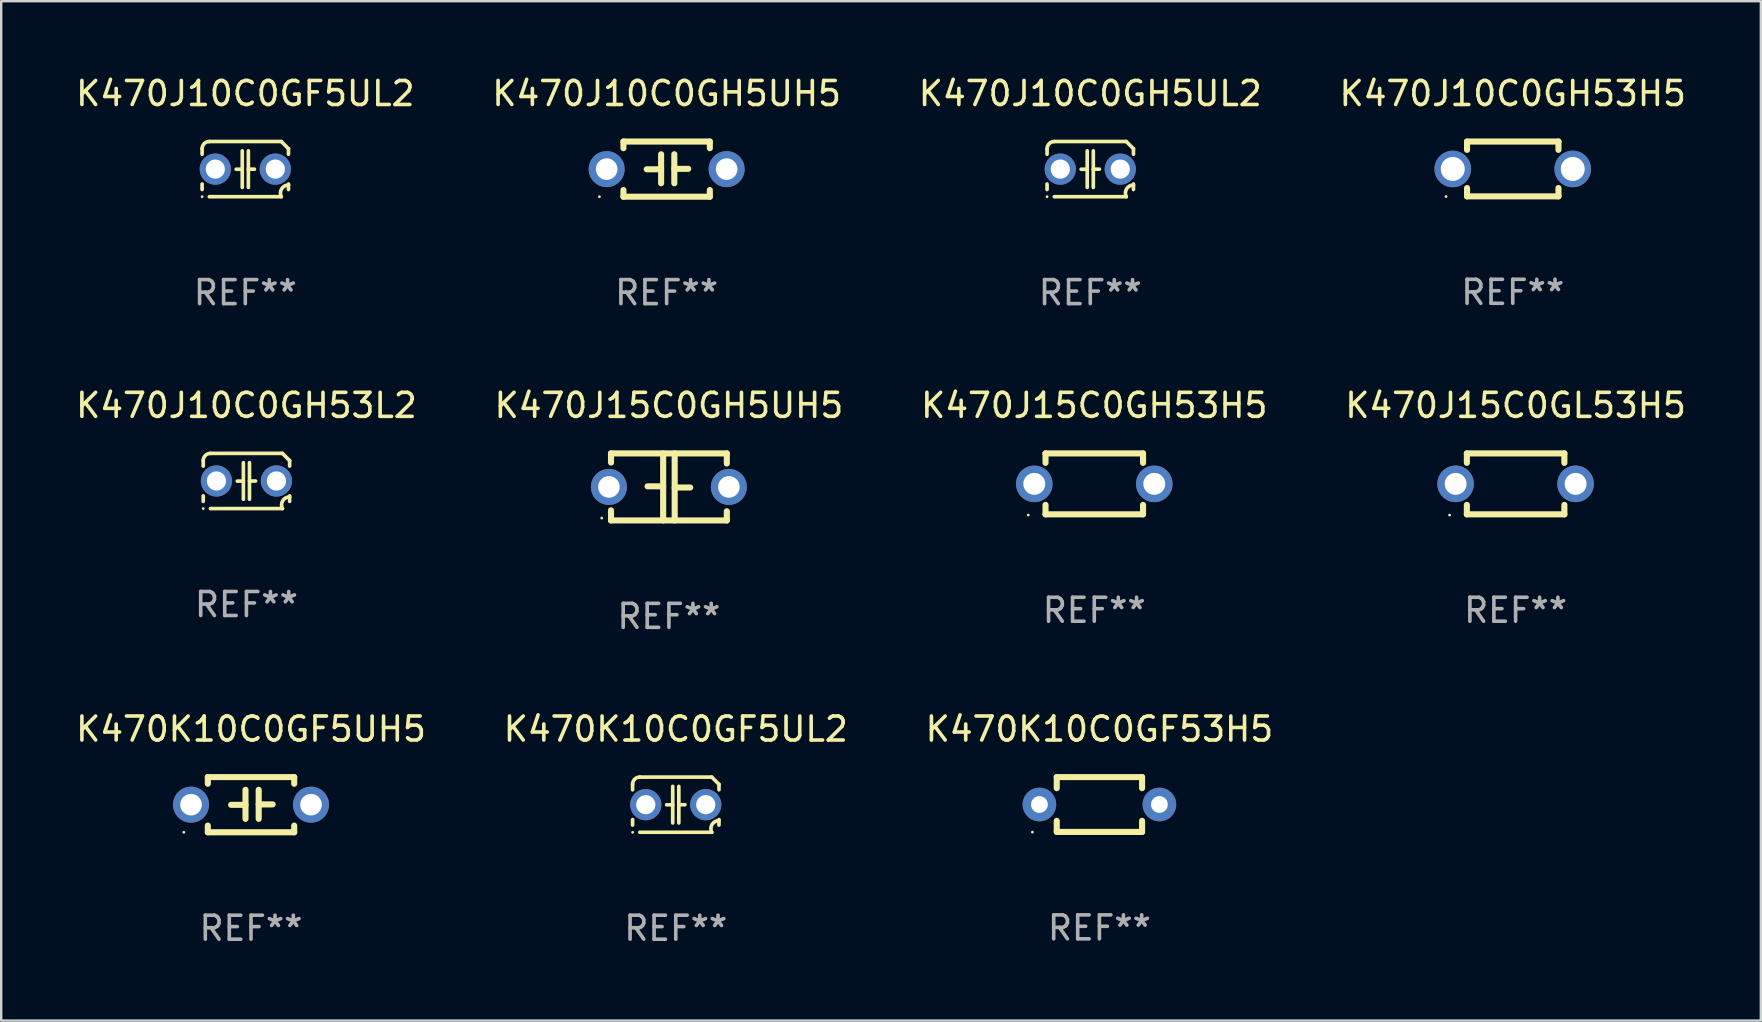
<source format=kicad_pcb>
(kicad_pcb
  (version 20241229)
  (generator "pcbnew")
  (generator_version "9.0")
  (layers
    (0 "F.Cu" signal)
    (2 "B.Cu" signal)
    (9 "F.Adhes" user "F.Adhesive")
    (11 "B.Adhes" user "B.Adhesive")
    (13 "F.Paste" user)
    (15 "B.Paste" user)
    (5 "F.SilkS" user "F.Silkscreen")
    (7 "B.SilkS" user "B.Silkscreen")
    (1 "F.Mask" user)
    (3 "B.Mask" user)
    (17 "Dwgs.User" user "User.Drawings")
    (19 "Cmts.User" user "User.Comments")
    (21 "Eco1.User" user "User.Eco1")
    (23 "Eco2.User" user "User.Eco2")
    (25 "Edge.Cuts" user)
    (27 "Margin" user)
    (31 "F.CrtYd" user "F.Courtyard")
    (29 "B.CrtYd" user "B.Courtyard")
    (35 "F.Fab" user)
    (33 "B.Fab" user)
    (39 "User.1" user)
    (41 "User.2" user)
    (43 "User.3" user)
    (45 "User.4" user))
  (footprint "K470J15C0GH5UH5"
    (layer "F.Cu")
    (at 24.827 17.242)
    (property "Reference" "K470J15C0GH5UH5" (at 0 -3.397 0) (layer "F.SilkS") (effects (font (size 1 1) (thickness 0.15))))
    (attr through_hole)
    (fp_line (start -2.413 -1.397) (end 2.413 -1.397) (stroke (width 0.254) (type solid)) (layer "F.SilkS"))
    (fp_line (start -2.413 -1.016) (end -2.413 -1.397) (stroke (width 0.254) (type solid)) (layer "F.SilkS"))
    (fp_line (start -2.413 0.977) (end -2.413 1.397) (stroke (width 0.254) (type solid)) (layer "F.SilkS"))
    (fp_line (start -0.24 -0.025) (end -0.889 -0.025) (stroke (width 0.254) (type solid)) (layer "F.SilkS"))
    (fp_line (start -0.24 1.397) (end -0.24 -1.397) (stroke (width 0.254) (type solid)) (layer "F.SilkS"))
    (fp_line (start 0.24 -1.397) (end 0.24 1.397) (stroke (width 0.254) (type solid)) (layer "F.SilkS"))
    (fp_line (start 0.24 0.025) (end 0.889 0.025) (stroke (width 0.254) (type solid)) (layer "F.SilkS"))
    (fp_line (start 2.413 -0.977) (end 2.413 -1.397) (stroke (width 0.254) (type solid)) (layer "F.SilkS"))
    (fp_line (start 2.413 1.016) (end 2.413 1.397) (stroke (width 0.254) (type solid)) (layer "F.SilkS"))
    (fp_line (start 2.413 1.397) (end -2.413 1.397) (stroke (width 0.254) (type solid)) (layer "F.SilkS"))
    (fp_circle (center -2.8 1.3) (end -2.77 1.3) (stroke (width 0.06) (type solid)) (fill no) (layer "F.SilkS"))
    (fp_text user "REF**" (at 0 5.397 0) (layer "F.Fab") (effects (font (size 1 1) (thickness 0.15))))
    (pad "1" thru_hole circle (at -2.5 0) (size 1.5 1.5) (drill 0.9) (layers "*.Cu" "*.Mask"))
    (pad "2" thru_hole circle (at 2.5 0) (size 1.5 1.5) (drill 0.9) (layers "*.Cu" "*.Mask")))
  (footprint "K470K10C0GF5UH5"
    (layer "F.Cu")
    (at 7.411 30.485)
    (property "Reference" "K470K10C0GF5UH5" (at 0 -3.15 0) (layer "F.SilkS") (effects (font (size 1 1) (thickness 0.15))))
    (attr through_hole)
    (fp_line (start -1.8 -1.15) (end -1.8 -0.872) (stroke (width 0.254) (type solid)) (layer "F.SilkS"))
    (fp_line (start -1.8 -1.15) (end 1.8 -1.15) (stroke (width 0.254) (type solid)) (layer "F.SilkS"))
    (fp_line (start -1.8 0.872) (end -1.8 1.15) (stroke (width 0.254) (type solid)) (layer "F.SilkS"))
    (fp_line (start -1.8 1.15) (end 1.8 1.15) (stroke (width 0.254) (type solid)) (layer "F.SilkS"))
    (fp_line (start -0.23 -0.62) (end -0.23 0.59) (stroke (width 0.254) (type solid)) (layer "F.SilkS"))
    (fp_line (start -0.23 0.007) (end -0.83 0.007) (stroke (width 0.254) (type solid)) (layer "F.SilkS"))
    (fp_line (start 0.32 -0.62) (end 0.32 0.59) (stroke (width 0.254) (type solid)) (layer "F.SilkS"))
    (fp_line (start 0.32 -0.012) (end 0.9 -0.012) (stroke (width 0.254) (type solid)) (layer "F.SilkS"))
    (fp_line (start 1.8 -1.15) (end 1.8 -0.872) (stroke (width 0.254) (type solid)) (layer "F.SilkS"))
    (fp_line (start 1.8 0.872) (end 1.8 1.15) (stroke (width 0.254) (type solid)) (layer "F.SilkS"))
    (fp_circle (center -2.8 1.15) (end -2.77 1.15) (stroke (width 0.06) (type solid)) (fill no) (layer "F.SilkS"))
    (fp_text user "REF**" (at 0 5.15 0) (layer "F.Fab") (effects (font (size 1 1) (thickness 0.15))))
    (pad "1" thru_hole circle (at -2.5 0) (size 1.5 1.5) (drill 0.9) (layers "*.Cu" "*.Mask"))
    (pad "2" thru_hole circle (at 2.5 0) (size 1.5 1.5) (drill 0.9) (layers "*.Cu" "*.Mask")))
  (footprint "K470J15C0GL53H5"
    (layer "F.Cu")
    (at 60.113 17.115)
    (property "Reference" "K470J15C0GL53H5" (at 0 -3.27 0) (layer "F.SilkS") (effects (font (size 1 1) (thickness 0.15))))
    (attr through_hole)
    (fp_line (start -2.032 -1.27) (end -2.032 -0.876) (stroke (width 0.254) (type solid)) (layer "F.SilkS"))
    (fp_line (start -2.032 0.876) (end -2.032 1.27) (stroke (width 0.254) (type solid)) (layer "F.SilkS"))
    (fp_line (start -2.032 1.27) (end 2.032 1.27) (stroke (width 0.254) (type solid)) (layer "F.SilkS"))
    (fp_line (start 2.032 -1.27) (end -2.032 -1.27) (stroke (width 0.254) (type solid)) (layer "F.SilkS"))
    (fp_line (start 2.032 -0.876) (end 2.032 -1.27) (stroke (width 0.254) (type solid)) (layer "F.SilkS"))
    (fp_line (start 2.032 1.27) (end 2.032 0.876) (stroke (width 0.254) (type solid)) (layer "F.SilkS"))
    (fp_circle (center -2.751 1.3) (end -2.721 1.3) (stroke (width 0.06) (type solid)) (fill no) (layer "F.SilkS"))
    (fp_text user "REF**" (at 0 5.27 0) (layer "F.Fab") (effects (font (size 1 1) (thickness 0.15))))
    (pad "1" thru_hole circle (at -2.5 0) (size 1.524 1.524) (drill 0.914) (layers "*.Cu" "*.Mask"))
    (pad "2" thru_hole circle (at 2.5 0) (size 1.524 1.524) (drill 0.914) (layers "*.Cu" "*.Mask")))
  (footprint "K470J15C0GH53H5"
    (layer "F.Cu")
    (at 42.554 17.115)
    (property "Reference" "K470J15C0GH53H5" (at 0 -3.27 0) (layer "F.SilkS") (effects (font (size 1 1) (thickness 0.15))))
    (attr through_hole)
    (fp_line (start -2.032 -1.27) (end -2.032 -0.876) (stroke (width 0.254) (type solid)) (layer "F.SilkS"))
    (fp_line (start -2.032 0.876) (end -2.032 1.27) (stroke (width 0.254) (type solid)) (layer "F.SilkS"))
    (fp_line (start -2.032 1.27) (end 2.032 1.27) (stroke (width 0.254) (type solid)) (layer "F.SilkS"))
    (fp_line (start 2.032 -1.27) (end -2.032 -1.27) (stroke (width 0.254) (type solid)) (layer "F.SilkS"))
    (fp_line (start 2.032 -0.876) (end 2.032 -1.27) (stroke (width 0.254) (type solid)) (layer "F.SilkS"))
    (fp_line (start 2.032 1.27) (end 2.032 0.876) (stroke (width 0.254) (type solid)) (layer "F.SilkS"))
    (fp_circle (center -2.751 1.3) (end -2.721 1.3) (stroke (width 0.06) (type solid)) (fill no) (layer "F.SilkS"))
    (fp_text user "REF**" (at 0 5.27 0) (layer "F.Fab") (effects (font (size 1 1) (thickness 0.15))))
    (pad "1" thru_hole circle (at -2.5 0) (size 1.524 1.524) (drill 0.914) (layers "*.Cu" "*.Mask"))
    (pad "2" thru_hole circle (at 2.5 0) (size 1.524 1.524) (drill 0.914) (layers "*.Cu" "*.Mask")))
  (footprint "K470J10C0GH5UH5"
    (layer "F.Cu")
    (at 24.732 3.998)
    (property "Reference" "K470J10C0GH5UH5" (at 0 -3.15 0) (layer "F.SilkS") (effects (font (size 1 1) (thickness 0.15))))
    (attr through_hole)
    (fp_line (start -1.8 -1.15) (end -1.8 -0.872) (stroke (width 0.254) (type solid)) (layer "F.SilkS"))
    (fp_line (start -1.8 -1.15) (end 1.8 -1.15) (stroke (width 0.254) (type solid)) (layer "F.SilkS"))
    (fp_line (start -1.8 0.872) (end -1.8 1.15) (stroke (width 0.254) (type solid)) (layer "F.SilkS"))
    (fp_line (start -1.8 1.15) (end 1.8 1.15) (stroke (width 0.254) (type solid)) (layer "F.SilkS"))
    (fp_line (start -0.23 -0.62) (end -0.23 0.59) (stroke (width 0.254) (type solid)) (layer "F.SilkS"))
    (fp_line (start -0.23 0.007) (end -0.83 0.007) (stroke (width 0.254) (type solid)) (layer "F.SilkS"))
    (fp_line (start 0.32 -0.62) (end 0.32 0.59) (stroke (width 0.254) (type solid)) (layer "F.SilkS"))
    (fp_line (start 0.32 -0.012) (end 0.9 -0.012) (stroke (width 0.254) (type solid)) (layer "F.SilkS"))
    (fp_line (start 1.8 -1.15) (end 1.8 -0.872) (stroke (width 0.254) (type solid)) (layer "F.SilkS"))
    (fp_line (start 1.8 0.872) (end 1.8 1.15) (stroke (width 0.254) (type solid)) (layer "F.SilkS"))
    (fp_circle (center -2.8 1.15) (end -2.77 1.15) (stroke (width 0.06) (type solid)) (fill no) (layer "F.SilkS"))
    (fp_text user "REF**" (at 0 5.15 0) (layer "F.Fab") (effects (font (size 1 1) (thickness 0.15))))
    (pad "1" thru_hole circle (at -2.5 0) (size 1.5 1.5) (drill 0.9) (layers "*.Cu" "*.Mask"))
    (pad "2" thru_hole circle (at 2.5 0) (size 1.5 1.5) (drill 0.9) (layers "*.Cu" "*.Mask")))
  (footprint "K470J10C0GH53L2"
    (layer "F.Cu")
    (at 7.22 16.995)
    (property "Reference" "K470J10C0GH53L2" (at 0 -3.15 0) (layer "F.SilkS") (effects (font (size 1 1) (thickness 0.15))))
    (attr through_hole)
    (fp_line (start -1.8 -0.621) (end -1.8 -0.85) (stroke (width 0.152) (type solid)) (layer "F.SilkS"))
    (fp_line (start -1.8 0.85) (end -1.8 0.621) (stroke (width 0.152) (type solid)) (layer "F.SilkS"))
    (fp_line (start -1.5 -1.15) (end 1.5 -1.15) (stroke (width 0.152) (type solid)) (layer "F.SilkS"))
    (fp_line (start -0.127 -0.762) (end -0.127 0.762) (stroke (width 0.152) (type solid)) (layer "F.SilkS"))
    (fp_line (start -0.127 0.005) (end -0.381 0.005) (stroke (width 0.152) (type solid)) (layer "F.SilkS"))
    (fp_line (start 0.127 -0.762) (end 0.127 0.762) (stroke (width 0.152) (type solid)) (layer "F.SilkS"))
    (fp_line (start 0.127 0.002) (end 0.381 0.002) (stroke (width 0.152) (type solid)) (layer "F.SilkS"))
    (fp_line (start 1.5 1.15) (end -1.5 1.15) (stroke (width 0.152) (type solid)) (layer "F.SilkS"))
    (fp_line (start 1.8 -0.85) (end 1.8 -0.621) (stroke (width 0.152) (type solid)) (layer "F.SilkS"))
    (fp_line (start 1.8 0.621) (end 1.8 0.85) (stroke (width 0.152) (type solid)) (layer "F.SilkS"))
    (fp_arc (start -1.799975 -0.849987) (mid -1.712107 -1.062119) (end -1.499975 -1.149987) (stroke (width 0.151994) (type solid)) (layer "F.SilkS"))
    (fp_arc (start 1.499975 1.149987) (mid 1.513726 0.822359) (end 1.799975 0.662387) (stroke (width 0.151994) (type solid)) (layer "F.SilkS"))
    (fp_arc (start 1.500001 -1.149986) (mid 1.650015 -1.000001) (end 1.8 -0.849987) (stroke (width 0.151994) (type solid)) (layer "F.SilkS"))
    (fp_circle (center -1.8 1.15) (end -1.77 1.15) (stroke (width 0.06) (type solid)) (fill no) (layer "F.SilkS"))
    (fp_text user "REF**" (at 0 5.15 0) (layer "F.Fab") (effects (font (size 1 1) (thickness 0.15))))
    (pad "1" thru_hole circle (at -1.25 0) (size 1.3 1.3) (drill 0.8) (layers "*.Cu" "*.Mask"))
    (pad "2" thru_hole circle (at 1.25 0) (size 1.3 1.3) (drill 0.8) (layers "*.Cu" "*.Mask")))
  (footprint "K470J10C0GH5UL2"
    (layer "F.Cu")
    (at 42.387 3.998)
    (property "Reference" "K470J10C0GH5UL2" (at 0 -3.15 0) (layer "F.SilkS") (effects (font (size 1 1) (thickness 0.15))))
    (attr through_hole)
    (fp_line (start -1.8 -0.621) (end -1.8 -0.85) (stroke (width 0.152) (type solid)) (layer "F.SilkS"))
    (fp_line (start -1.8 0.85) (end -1.8 0.621) (stroke (width 0.152) (type solid)) (layer "F.SilkS"))
    (fp_line (start -1.5 -1.15) (end 1.5 -1.15) (stroke (width 0.152) (type solid)) (layer "F.SilkS"))
    (fp_line (start -0.127 -0.762) (end -0.127 0.762) (stroke (width 0.152) (type solid)) (layer "F.SilkS"))
    (fp_line (start -0.127 0.005) (end -0.381 0.005) (stroke (width 0.152) (type solid)) (layer "F.SilkS"))
    (fp_line (start 0.127 -0.762) (end 0.127 0.762) (stroke (width 0.152) (type solid)) (layer "F.SilkS"))
    (fp_line (start 0.127 0.002) (end 0.381 0.002) (stroke (width 0.152) (type solid)) (layer "F.SilkS"))
    (fp_line (start 1.5 1.15) (end -1.5 1.15) (stroke (width 0.152) (type solid)) (layer "F.SilkS"))
    (fp_line (start 1.8 -0.85) (end 1.8 -0.621) (stroke (width 0.152) (type solid)) (layer "F.SilkS"))
    (fp_line (start 1.8 0.621) (end 1.8 0.85) (stroke (width 0.152) (type solid)) (layer "F.SilkS"))
    (fp_arc (start -1.799975 -0.849987) (mid -1.712107 -1.062119) (end -1.499975 -1.149987) (stroke (width 0.151994) (type solid)) (layer "F.SilkS"))
    (fp_arc (start 1.499975 1.149987) (mid 1.513726 0.822359) (end 1.799975 0.662387) (stroke (width 0.151994) (type solid)) (layer "F.SilkS"))
    (fp_arc (start 1.500001 -1.149986) (mid 1.650015 -1.000001) (end 1.8 -0.849987) (stroke (width 0.151994) (type solid)) (layer "F.SilkS"))
    (fp_circle (center -1.8 1.15) (end -1.77 1.15) (stroke (width 0.06) (type solid)) (fill no) (layer "F.SilkS"))
    (fp_text user "REF**" (at 0 5.15 0) (layer "F.Fab") (effects (font (size 1 1) (thickness 0.15))))
    (pad "1" thru_hole circle (at -1.25 0) (size 1.3 1.3) (drill 0.8) (layers "*.Cu" "*.Mask"))
    (pad "2" thru_hole circle (at 1.25 0) (size 1.3 1.3) (drill 0.8) (layers "*.Cu" "*.Mask")))
  (footprint "K470K10C0GF5UL2"
    (layer "F.Cu")
    (at 25.113 30.485)
    (property "Reference" "K470K10C0GF5UL2" (at 0 -3.15 0) (layer "F.SilkS") (effects (font (size 1 1) (thickness 0.15))))
    (attr through_hole)
    (fp_line (start -1.8 -0.621) (end -1.8 -0.85) (stroke (width 0.152) (type solid)) (layer "F.SilkS"))
    (fp_line (start -1.8 0.85) (end -1.8 0.621) (stroke (width 0.152) (type solid)) (layer "F.SilkS"))
    (fp_line (start -1.5 -1.15) (end 1.5 -1.15) (stroke (width 0.152) (type solid)) (layer "F.SilkS"))
    (fp_line (start -0.127 -0.762) (end -0.127 0.762) (stroke (width 0.152) (type solid)) (layer "F.SilkS"))
    (fp_line (start -0.127 0.005) (end -0.381 0.005) (stroke (width 0.152) (type solid)) (layer "F.SilkS"))
    (fp_line (start 0.127 -0.762) (end 0.127 0.762) (stroke (width 0.152) (type solid)) (layer "F.SilkS"))
    (fp_line (start 0.127 0.002) (end 0.381 0.002) (stroke (width 0.152) (type solid)) (layer "F.SilkS"))
    (fp_line (start 1.5 1.15) (end -1.5 1.15) (stroke (width 0.152) (type solid)) (layer "F.SilkS"))
    (fp_line (start 1.8 -0.85) (end 1.8 -0.621) (stroke (width 0.152) (type solid)) (layer "F.SilkS"))
    (fp_line (start 1.8 0.621) (end 1.8 0.85) (stroke (width 0.152) (type solid)) (layer "F.SilkS"))
    (fp_arc (start -1.799975 -0.849987) (mid -1.712107 -1.062119) (end -1.499975 -1.149987) (stroke (width 0.151994) (type solid)) (layer "F.SilkS"))
    (fp_arc (start 1.499975 1.149987) (mid 1.513726 0.822359) (end 1.799975 0.662387) (stroke (width 0.151994) (type solid)) (layer "F.SilkS"))
    (fp_arc (start 1.500001 -1.149986) (mid 1.650015 -1.000001) (end 1.8 -0.849987) (stroke (width 0.151994) (type solid)) (layer "F.SilkS"))
    (fp_circle (center -1.8 1.15) (end -1.77 1.15) (stroke (width 0.06) (type solid)) (fill no) (layer "F.SilkS"))
    (fp_text user "REF**" (at 0 5.15 0) (layer "F.Fab") (effects (font (size 1 1) (thickness 0.15))))
    (pad "1" thru_hole circle (at -1.25 0) (size 1.3 1.3) (drill 0.8) (layers "*.Cu" "*.Mask"))
    (pad "2" thru_hole circle (at 1.25 0) (size 1.3 1.3) (drill 0.8) (layers "*.Cu" "*.Mask")))
  (footprint "K470J10C0GF5UL2"
    (layer "F.Cu")
    (at 7.173 3.998)
    (property "Reference" "K470J10C0GF5UL2" (at 0 -3.15 0) (layer "F.SilkS") (effects (font (size 1 1) (thickness 0.15))))
    (attr through_hole)
    (fp_line (start -1.8 -0.621) (end -1.8 -0.85) (stroke (width 0.152) (type solid)) (layer "F.SilkS"))
    (fp_line (start -1.8 0.85) (end -1.8 0.621) (stroke (width 0.152) (type solid)) (layer "F.SilkS"))
    (fp_line (start -1.5 -1.15) (end 1.5 -1.15) (stroke (width 0.152) (type solid)) (layer "F.SilkS"))
    (fp_line (start -0.127 -0.762) (end -0.127 0.762) (stroke (width 0.152) (type solid)) (layer "F.SilkS"))
    (fp_line (start -0.127 0.005) (end -0.381 0.005) (stroke (width 0.152) (type solid)) (layer "F.SilkS"))
    (fp_line (start 0.127 -0.762) (end 0.127 0.762) (stroke (width 0.152) (type solid)) (layer "F.SilkS"))
    (fp_line (start 0.127 0.002) (end 0.381 0.002) (stroke (width 0.152) (type solid)) (layer "F.SilkS"))
    (fp_line (start 1.5 1.15) (end -1.5 1.15) (stroke (width 0.152) (type solid)) (layer "F.SilkS"))
    (fp_line (start 1.8 -0.85) (end 1.8 -0.621) (stroke (width 0.152) (type solid)) (layer "F.SilkS"))
    (fp_line (start 1.8 0.621) (end 1.8 0.85) (stroke (width 0.152) (type solid)) (layer "F.SilkS"))
    (fp_arc (start -1.799975 -0.849987) (mid -1.712107 -1.062119) (end -1.499975 -1.149987) (stroke (width 0.151994) (type solid)) (layer "F.SilkS"))
    (fp_arc (start 1.499975 1.149987) (mid 1.513726 0.822359) (end 1.799975 0.662387) (stroke (width 0.151994) (type solid)) (layer "F.SilkS"))
    (fp_arc (start 1.500001 -1.149986) (mid 1.650015 -1.000001) (end 1.8 -0.849987) (stroke (width 0.151994) (type solid)) (layer "F.SilkS"))
    (fp_circle (center -1.8 1.15) (end -1.77 1.15) (stroke (width 0.06) (type solid)) (fill no) (layer "F.SilkS"))
    (fp_text user "REF**" (at 0 5.15 0) (layer "F.Fab") (effects (font (size 1 1) (thickness 0.15))))
    (pad "1" thru_hole circle (at -1.25 0) (size 1.3 1.3) (drill 0.8) (layers "*.Cu" "*.Mask"))
    (pad "2" thru_hole circle (at 1.25 0) (size 1.3 1.3) (drill 0.8) (layers "*.Cu" "*.Mask")))
  (footprint "K470J10C0GH53H5"
    (layer "F.Cu")
    (at 59.994 3.991)
    (property "Reference" "K470J10C0GH53H5" (at 0 -3.143 0) (layer "F.SilkS") (effects (font (size 1 1) (thickness 0.15))))
    (attr through_hole)
    (fp_line (start -1.905 -1.143) (end 1.905 -1.143) (stroke (width 0.254) (type solid)) (layer "F.SilkS"))
    (fp_line (start -1.905 -0.795) (end -1.905 -1.143) (stroke (width 0.254) (type solid)) (layer "F.SilkS"))
    (fp_line (start -1.905 1.143) (end -1.905 0.795) (stroke (width 0.254) (type solid)) (layer "F.SilkS"))
    (fp_line (start 1.905 -1.143) (end 1.905 -0.795) (stroke (width 0.254) (type solid)) (layer "F.SilkS"))
    (fp_line (start 1.905 0.795) (end 1.905 1.143) (stroke (width 0.254) (type solid)) (layer "F.SilkS"))
    (fp_line (start 1.905 1.143) (end -1.905 1.143) (stroke (width 0.254) (type solid)) (layer "F.SilkS"))
    (fp_circle (center -2.781 1.15) (end -2.751 1.15) (stroke (width 0.06) (type solid)) (fill no) (layer "F.SilkS"))
    (fp_text user "REF**" (at 0 5.143 0) (layer "F.Fab") (effects (font (size 1 1) (thickness 0.15))))
    (pad "1" thru_hole circle (at -2.5 0) (size 1.524 1.524) (drill 1) (layers "*.Cu" "*.Mask"))
    (pad "2" thru_hole circle (at 2.5 0) (size 1.524 1.524) (drill 1) (layers "*.Cu" "*.Mask")))
  (footprint "K470K10C0GF53H5"
    (layer "F.Cu")
    (at 42.768 30.478)
    (property "Reference" "K470K10C0GF53H5" (at 0 -3.143 0) (layer "F.SilkS") (effects (font (size 1 1) (thickness 0.15))))
    (attr through_hole)
    (fp_line (start -1.778 -1.143) (end 1.778 -1.143) (stroke (width 0.254) (type solid)) (layer "F.SilkS"))
    (fp_line (start -1.778 -0.681) (end -1.778 -1.143) (stroke (width 0.254) (type solid)) (layer "F.SilkS"))
    (fp_line (start -1.778 1.143) (end -1.778 0.681) (stroke (width 0.254) (type solid)) (layer "F.SilkS"))
    (fp_line (start 1.778 -1.143) (end 1.778 -0.681) (stroke (width 0.254) (type solid)) (layer "F.SilkS"))
    (fp_line (start 1.778 0.681) (end 1.778 1.143) (stroke (width 0.254) (type solid)) (layer "F.SilkS"))
    (fp_line (start 1.778 1.143) (end -1.778 1.143) (stroke (width 0.254) (type solid)) (layer "F.SilkS"))
    (fp_circle (center -2.794 1.15) (end -2.764 1.15) (stroke (width 0.06) (type solid)) (fill no) (layer "F.SilkS"))
    (fp_text user "REF**" (at 0 5.143 0) (layer "F.Fab") (effects (font (size 1 1) (thickness 0.15))))
    (pad "1" thru_hole circle (at -2.5 0) (size 1.4 1.4) (drill 0.7) (layers "*.Cu" "*.Mask"))
    (pad "2" thru_hole circle (at 2.5 0) (size 1.4 1.4) (drill 0.7) (layers "*.Cu" "*.Mask")))
  (gr_rect
    (start -3 -3)
    (end 70.333 39.484)
    (stroke (width 0.1) (type default))
    (fill no)
    (layer "Edge.Cuts")))
</source>
